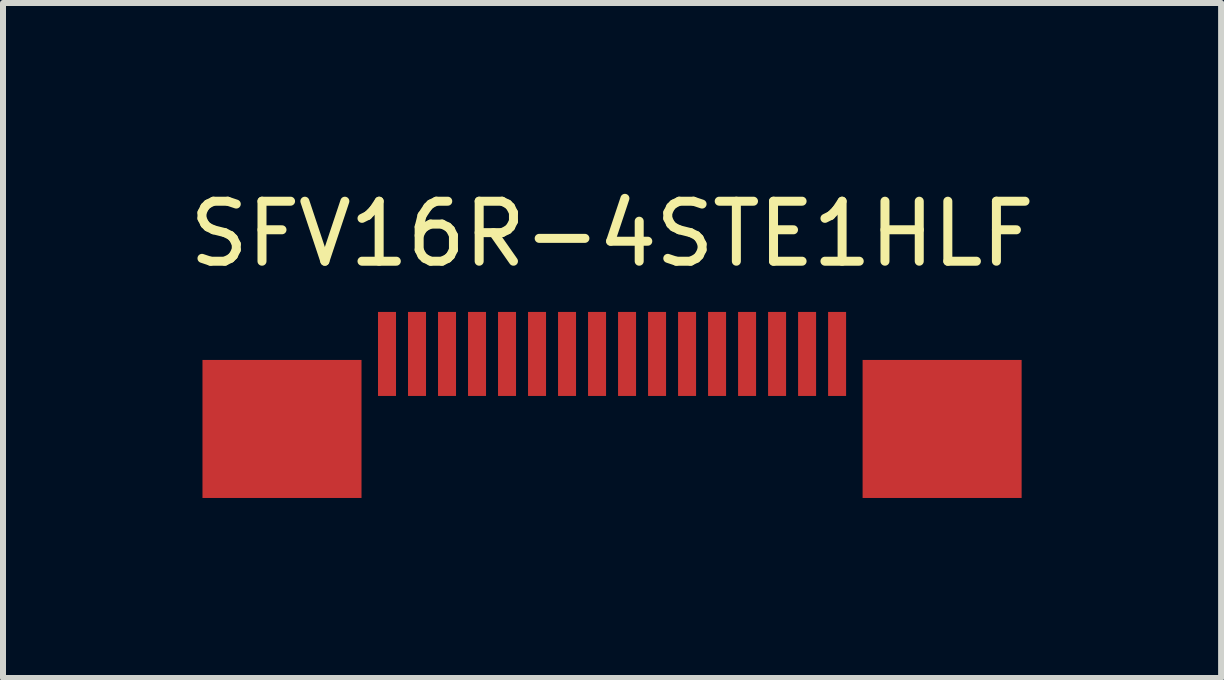
<source format=kicad_pcb>
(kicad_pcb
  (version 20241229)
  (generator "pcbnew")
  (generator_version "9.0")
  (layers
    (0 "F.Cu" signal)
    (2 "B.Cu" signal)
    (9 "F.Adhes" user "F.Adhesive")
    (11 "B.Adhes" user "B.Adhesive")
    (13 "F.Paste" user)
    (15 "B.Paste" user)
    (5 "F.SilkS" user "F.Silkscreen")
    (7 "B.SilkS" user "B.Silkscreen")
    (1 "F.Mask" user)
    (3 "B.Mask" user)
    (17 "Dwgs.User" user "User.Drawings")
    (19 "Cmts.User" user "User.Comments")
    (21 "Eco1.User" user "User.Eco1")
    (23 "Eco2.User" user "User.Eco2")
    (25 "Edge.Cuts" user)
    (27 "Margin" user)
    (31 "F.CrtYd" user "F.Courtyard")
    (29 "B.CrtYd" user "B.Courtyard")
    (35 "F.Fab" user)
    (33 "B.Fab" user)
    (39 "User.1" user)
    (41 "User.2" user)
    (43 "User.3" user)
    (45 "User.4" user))
  (footprint "SFV16R-4STE1HLF"
    (layer "F.Cu")
    (at 7.149 0.348)
    (property "Reference" "SFV16R-4STE1HLF" (at 0 0.5 0) (layer "F.SilkS") (effects (font (size 1 1) (thickness 0.15))))
    (attr smd)
    (pad "1" smd rect (at -3.75 2.5) (size 0.3 1.4) (layers "F.Cu" "F.Mask" "F.Paste"))
    (pad "2" smd rect (at -3.25 2.5) (size 0.3 1.4) (layers "F.Cu" "F.Mask" "F.Paste"))
    (pad "3" smd rect (at -2.75 2.5) (size 0.3 1.4) (layers "F.Cu" "F.Mask" "F.Paste"))
    (pad "4" smd rect (at -2.25 2.5) (size 0.3 1.4) (layers "F.Cu" "F.Mask" "F.Paste"))
    (pad "5" smd rect (at -1.75 2.5) (size 0.3 1.4) (layers "F.Cu" "F.Mask" "F.Paste"))
    (pad "6" smd rect (at -1.25 2.5) (size 0.3 1.4) (layers "F.Cu" "F.Mask" "F.Paste"))
    (pad "7" smd rect (at -0.75 2.5) (size 0.3 1.4) (layers "F.Cu" "F.Mask" "F.Paste"))
    (pad "8" smd rect (at -0.25 2.5) (size 0.3 1.4) (layers "F.Cu" "F.Mask" "F.Paste"))
    (pad "9" smd rect (at 0.25 2.5) (size 0.3 1.4) (layers "F.Cu" "F.Mask" "F.Paste"))
    (pad "10" smd rect (at 0.75 2.5) (size 0.3 1.4) (layers "F.Cu" "F.Mask" "F.Paste"))
    (pad "11" smd rect (at 1.25 2.5) (size 0.3 1.4) (layers "F.Cu" "F.Mask" "F.Paste"))
    (pad "12" smd rect (at 1.75 2.5) (size 0.3 1.4) (layers "F.Cu" "F.Mask" "F.Paste"))
    (pad "13" smd rect (at 2.25 2.5) (size 0.3 1.4) (layers "F.Cu" "F.Mask" "F.Paste"))
    (pad "14" smd rect (at 2.75 2.5) (size 0.3 1.4) (layers "F.Cu" "F.Mask" "F.Paste"))
    (pad "15" smd rect (at 3.25 2.5) (size 0.3 1.4) (layers "F.Cu" "F.Mask" "F.Paste"))
    (pad "16" smd rect (at 3.75 2.5) (size 0.3 1.4) (layers "F.Cu" "F.Mask" "F.Paste"))
    (pad "Mount" smd trapezoid (at -5.5 3.75) (size 2.65 2.3) (layers "F.Cu" "F.Mask" "F.Paste"))
    (pad "Mount" smd trapezoid (at 5.5 3.75) (size 2.65 2.3) (layers "F.Cu" "F.Mask" "F.Paste")))
  (gr_rect
    (start -3 -3)
    (end 17.298 8.248)
    (stroke (width 0.1) (type default))
    (fill no)
    (layer "Edge.Cuts")))
</source>
